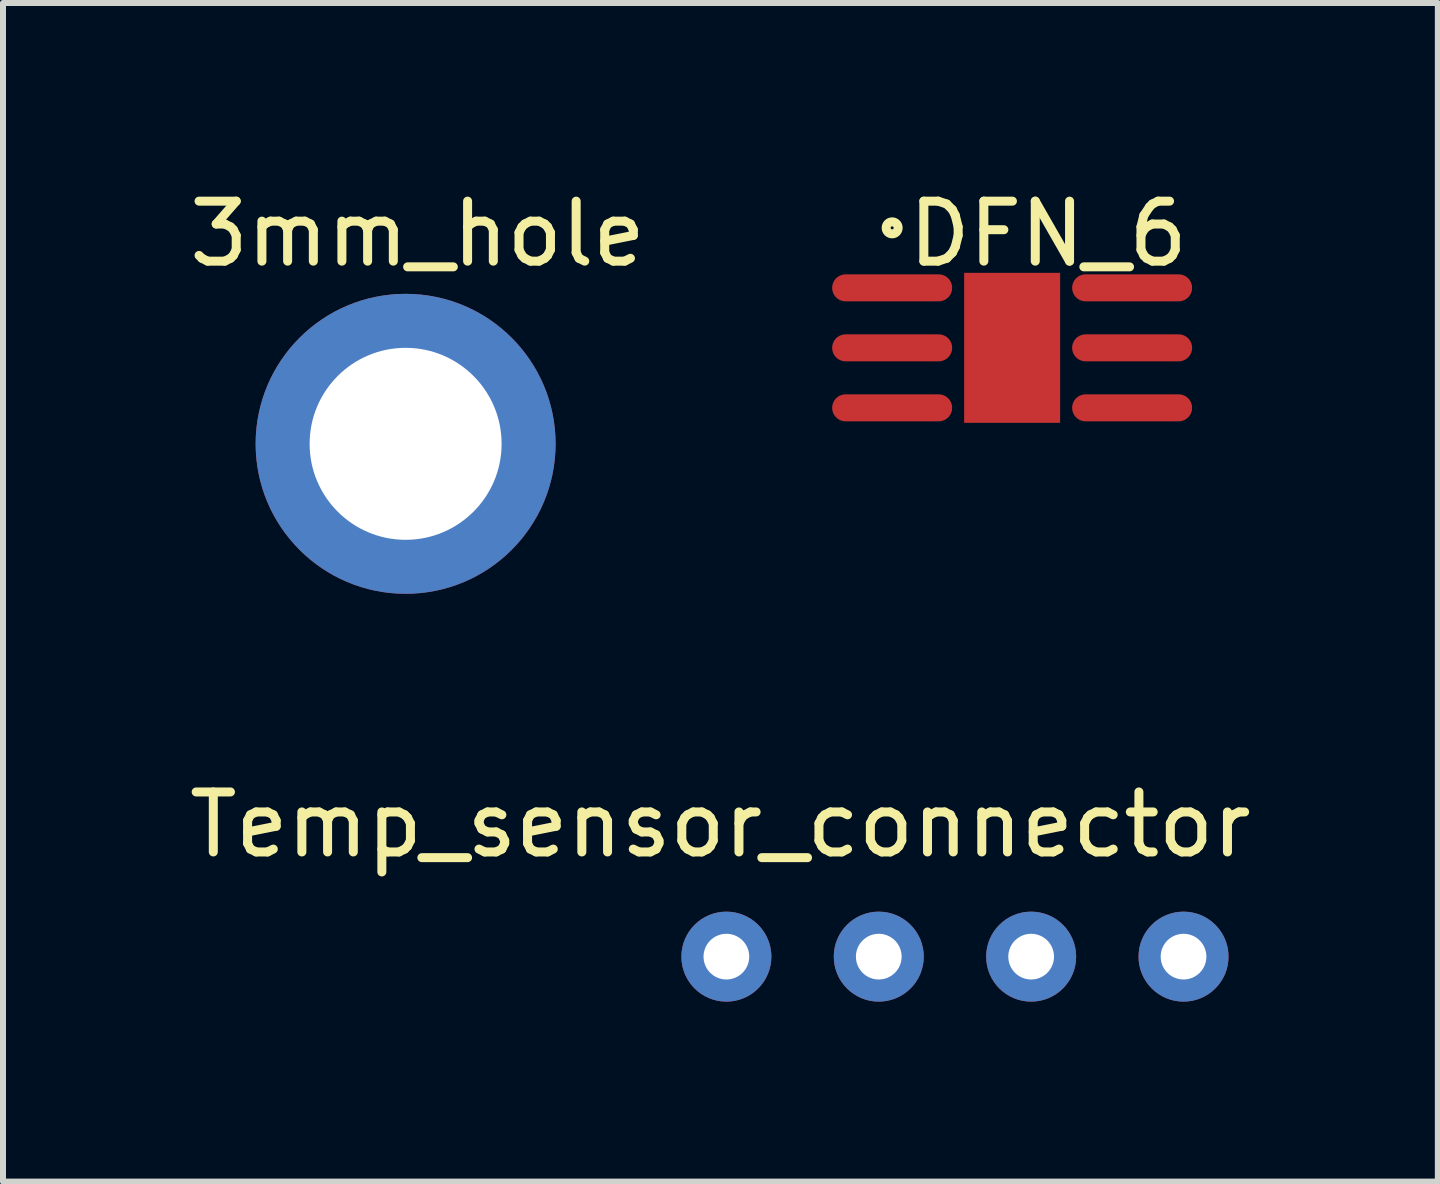
<source format=kicad_pcb>
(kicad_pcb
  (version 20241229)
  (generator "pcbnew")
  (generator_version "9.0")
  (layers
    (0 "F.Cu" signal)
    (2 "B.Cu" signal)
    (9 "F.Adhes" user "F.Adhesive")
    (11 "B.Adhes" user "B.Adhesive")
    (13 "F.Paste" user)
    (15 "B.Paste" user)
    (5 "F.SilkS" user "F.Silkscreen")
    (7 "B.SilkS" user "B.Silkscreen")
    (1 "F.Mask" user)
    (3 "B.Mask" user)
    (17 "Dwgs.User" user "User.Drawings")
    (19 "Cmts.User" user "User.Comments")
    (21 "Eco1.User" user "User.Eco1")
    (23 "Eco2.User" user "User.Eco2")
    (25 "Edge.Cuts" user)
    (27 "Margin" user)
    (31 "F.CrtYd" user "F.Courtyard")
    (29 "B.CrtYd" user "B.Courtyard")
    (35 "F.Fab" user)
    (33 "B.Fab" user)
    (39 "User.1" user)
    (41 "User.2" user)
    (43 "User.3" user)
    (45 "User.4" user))
  (footprint "Temp_sensor_connector"
    (layer "F.Cu")
    (at 9.058 12.896)
    (property "Reference" "Temp_sensor_connector" (at -0.1 -2.2 0) (layer "F.SilkS") (effects (font (size 1 1) (thickness 0.15))))
    (attr through_hole)
    (pad "1" thru_hole circle (at 0 0) (size 1.5 1.5) (drill 0.762) (layers "*.Cu" "*.Mask"))
    (pad "2" thru_hole circle (at 2.54 0) (size 1.5 1.5) (drill 0.762) (layers "*.Cu" "*.Mask"))
    (pad "3" thru_hole circle (at 5.08 0) (size 1.5 1.5) (drill 0.762) (layers "*.Cu" "*.Mask"))
    (pad "4" thru_hole circle (at 7.62 0) (size 1.5 1.5) (drill 0.762) (layers "*.Cu" "*.Mask")))
  (footprint "DFN_6"
    (layer "F.Cu")
    (at 12.821 1.748)
    (property "Reference" "DFN_6" (at 1.6 -0.9 0) (layer "F.SilkS") (effects (font (size 1 1) (thickness 0.15))))
    (attr through_hole)
    (fp_circle (center -1 -1) (end -0.9 -1) (stroke (width 0.15) (type solid)) (fill no) (layer "F.SilkS"))
    (pad "" smd rect (at 1 1) (size 1.6 2.5) (layers "F.Cu" "F.Mask" "F.Paste"))
    (pad "1" smd oval (at -1 0) (size 2 0.45) (layers "F.Cu" "F.Mask" "F.Paste"))
    (pad "2" smd oval (at -1 1) (size 2 0.45) (layers "F.Cu" "F.Mask" "F.Paste"))
    (pad "3" smd oval (at -1 2) (size 2 0.45) (layers "F.Cu" "F.Mask" "F.Paste"))
    (pad "4" smd oval (at 3 2) (size 2 0.45) (layers "F.Cu" "F.Mask" "F.Paste"))
    (pad "5" smd oval (at 3 1) (size 2 0.45) (layers "F.Cu" "F.Mask" "F.Paste"))
    (pad "6" smd oval (at 3 0) (size 2 0.45) (layers "F.Cu" "F.Mask" "F.Paste")))
  (footprint "3mm_hole"
    (layer "F.Cu")
    (at 3.711 1.348)
    (property "Reference" "3mm_hole" (at 0.2 -0.5 0) (layer "F.SilkS") (effects (font (size 1 1) (thickness 0.15))))
    (attr through_hole)
    (pad "1" thru_hole circle (at 0 3) (size 5 5) (drill 3.2) (layers "*.Cu" "*.Mask")))
  (gr_rect
    (start -3 -3)
    (end 20.917 16.646)
    (stroke (width 0.1) (type default))
    (fill no)
    (layer "Edge.Cuts")))
</source>
